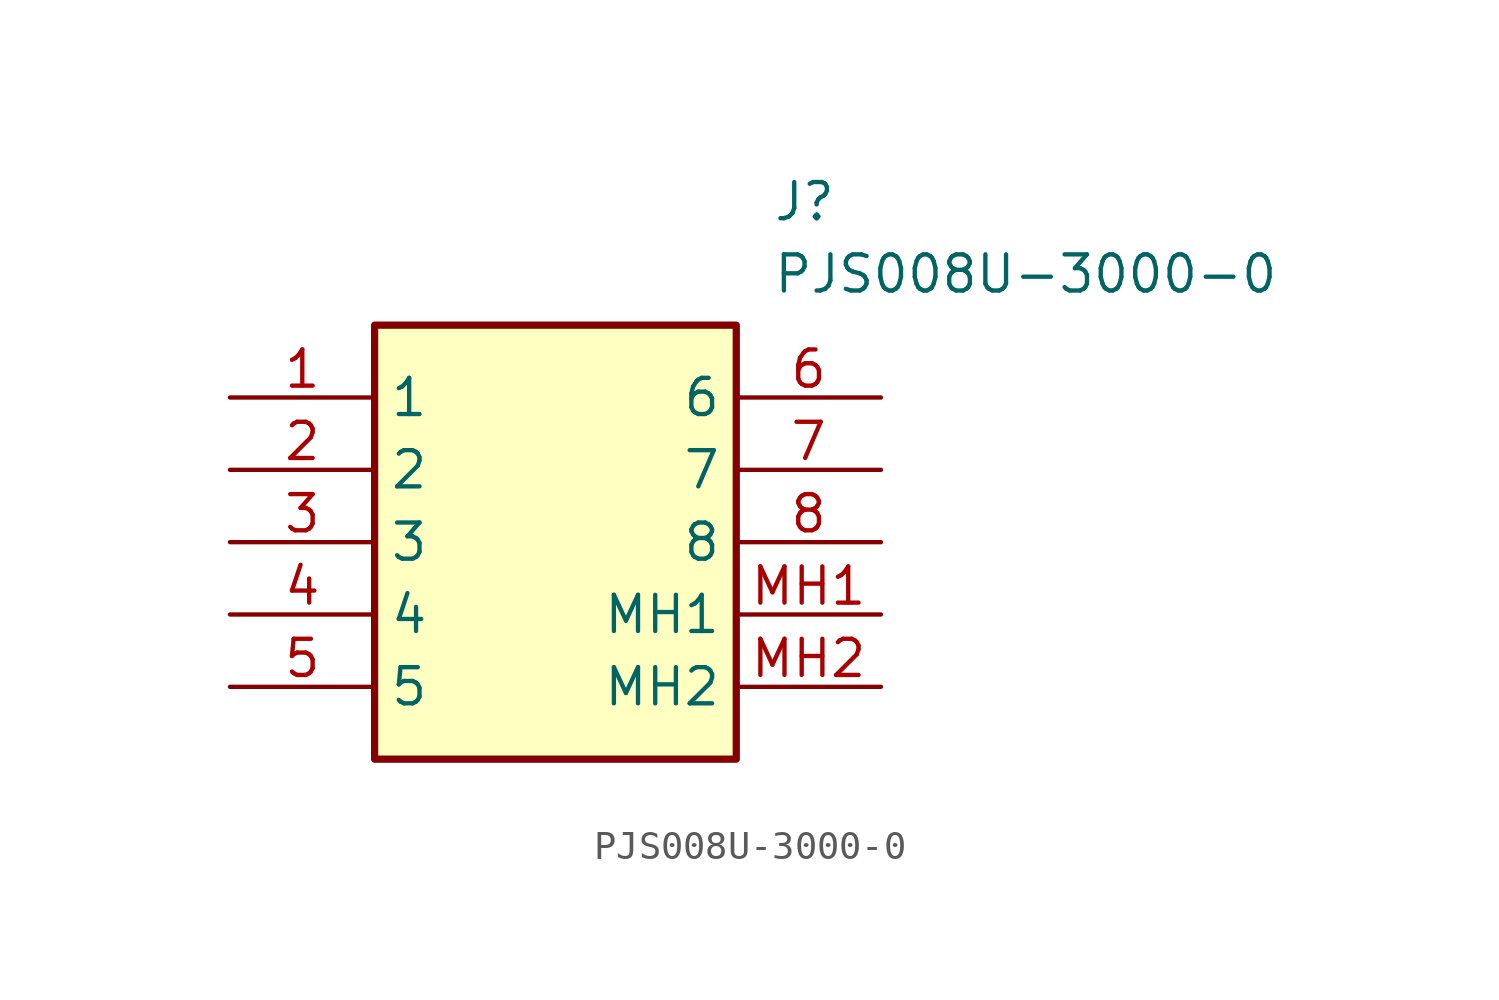
<source format=kicad_sym>
(kicad_symbol_lib
  (version 20211014)
  (generator SamacSys_ECAD_Model)
  (symbol "PJS008U-3000-0"
    (property "Reference" "J"
      (at 19.05 7.62 0)
      (effects (font (size 1.27 1.27)) (justify left top)))
    (property "Value" "PJS008U-3000-0"
      (at 19.05 5.08 0)
      (effects (font (size 1.27 1.27)) (justify left top)))
    (rectangle
      (start 5.08 2.54)
      (end 17.78 -12.7)
      (stroke (width 0.254) (type default))
      (fill (type background)))
    (pin passive line
      (at 0 0 0)
      (length 5.08)
      (name "1" (effects (font (size 1.27 1.27))))
      (number "1" (effects (font (size 1.27 1.27)))))
    (pin passive line
      (at 0 -2.54 0)
      (length 5.08)
      (name "2" (effects (font (size 1.27 1.27))))
      (number "2" (effects (font (size 1.27 1.27)))))
    (pin passive line
      (at 0 -5.08 0)
      (length 5.08)
      (name "3" (effects (font (size 1.27 1.27))))
      (number "3" (effects (font (size 1.27 1.27)))))
    (pin passive line
      (at 0 -7.62 0)
      (length 5.08)
      (name "4" (effects (font (size 1.27 1.27))))
      (number "4" (effects (font (size 1.27 1.27)))))
    (pin passive line
      (at 0 -10.16 0)
      (length 5.08)
      (name "5" (effects (font (size 1.27 1.27))))
      (number "5" (effects (font (size 1.27 1.27)))))
    (pin passive line
      (at 22.86 0 180)
      (length 5.08)
      (name "6" (effects (font (size 1.27 1.27))))
      (number "6" (effects (font (size 1.27 1.27)))))
    (pin passive line
      (at 22.86 -2.54 180)
      (length 5.08)
      (name "7" (effects (font (size 1.27 1.27))))
      (number "7" (effects (font (size 1.27 1.27)))))
    (pin passive line
      (at 22.86 -5.08 180)
      (length 5.08)
      (name "8" (effects (font (size 1.27 1.27))))
      (number "8" (effects (font (size 1.27 1.27)))))
    (pin passive line
      (at 22.86 -7.62 180)
      (length 5.08)
      (name "MH1" (effects (font (size 1.27 1.27))))
      (number "MH1" (effects (font (size 1.27 1.27)))))
    (pin passive line
      (at 22.86 -10.16 180)
      (length 5.08)
      (name "MH2" (effects (font (size 1.27 1.27))))
      (number "MH2" (effects (font (size 1.27 1.27)))))))
</source>
